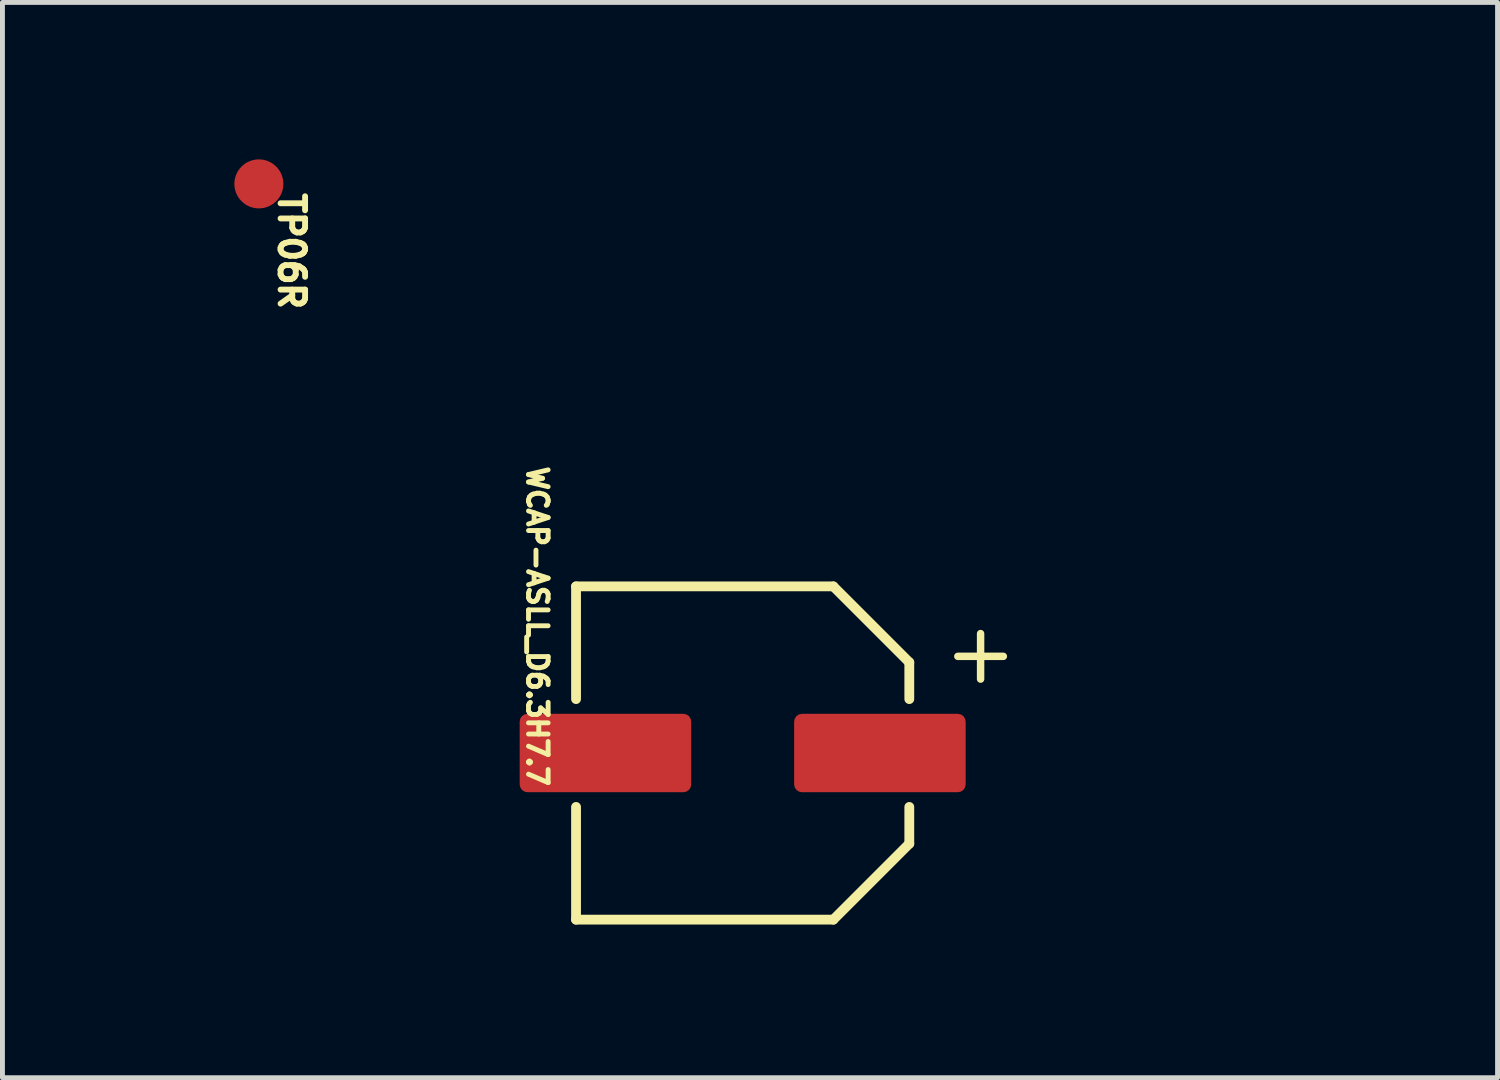
<source format=kicad_pcb>
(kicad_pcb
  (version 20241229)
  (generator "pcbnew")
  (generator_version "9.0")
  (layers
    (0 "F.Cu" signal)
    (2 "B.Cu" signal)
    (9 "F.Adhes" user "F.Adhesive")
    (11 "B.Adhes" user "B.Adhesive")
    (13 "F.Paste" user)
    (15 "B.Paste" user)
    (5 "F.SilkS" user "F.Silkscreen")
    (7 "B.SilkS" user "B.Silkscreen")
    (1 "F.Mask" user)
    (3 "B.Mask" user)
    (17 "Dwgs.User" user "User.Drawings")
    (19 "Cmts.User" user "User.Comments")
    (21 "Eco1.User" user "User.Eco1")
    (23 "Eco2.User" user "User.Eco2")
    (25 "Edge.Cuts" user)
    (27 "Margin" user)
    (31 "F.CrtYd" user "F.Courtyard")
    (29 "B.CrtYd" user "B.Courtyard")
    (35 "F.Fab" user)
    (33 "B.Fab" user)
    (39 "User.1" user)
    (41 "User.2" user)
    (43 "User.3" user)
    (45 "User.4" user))
  (footprint "TP06R"
    (layer "F.Cu")
    (at 2.953 0.702)
    (property "Reference" "TP06R" (at -0.053 1.372 270) (unlocked yes) (layer "F.SilkS") (effects (font (size 0.5 0.5) (thickness 0.12))))
    (fp_line (start -0.5 -0.5) (end 0.5 -0.5) (stroke (width 0.05) (type solid)) (layer "User.14"))
    (fp_line (start -0.5 0.5) (end -0.5 -0.5) (stroke (width 0.05) (type solid)) (layer "User.14"))
    (fp_line (start -0.5 0.5) (end 0.5 0.5) (stroke (width 0.05) (type solid)) (layer "User.14"))
    (fp_line (start 0.5 0.5) (end 0.5 -0.5) (stroke (width 0.05) (type solid)) (layer "User.14"))
    (fp_text user "${REFERENCE}" (at -1.27 -0.19 0) (unlocked yes) (layer "User.7") (effects (font (face "Arial") (size 0.378 0.378) (thickness 0.05)) (justify left bottom mirror)))
    (pad "1" smd circle (at -0.721 0) (size 1 1) (layers "F.Cu" "F.Mask" "F.Paste")))
  (footprint "WCAP-ASLL_D6.3H7.7"
    (layer "F.Cu")
    (at 12.104 12.315)
    (property "Reference" "WCAP-ASLL_D6.3H7.7" (at -4.19 -2.587 270) (unlocked yes) (layer "F.SilkS") (effects (font (size 0.4 0.4) (thickness 0.1))))
    (fp_line (start -3.4 -3.4) (end -3.4 -1.1) (stroke (width 0.2) (type solid)) (layer "F.SilkS"))
    (fp_line (start -3.4 -3.4) (end 1.85 -3.4) (stroke (width 0.2) (type solid)) (layer "F.SilkS"))
    (fp_line (start -3.4 1.1) (end -3.4 3.4) (stroke (width 0.2) (type solid)) (layer "F.SilkS"))
    (fp_line (start -3.4 3.4) (end 1.85 3.4) (stroke (width 0.2) (type solid)) (layer "F.SilkS"))
    (fp_line (start 1.85 -3.4) (end 3.4 -1.85) (stroke (width 0.2) (type solid)) (layer "F.SilkS"))
    (fp_line (start 3.4 -1.85) (end 3.4 -1.1) (stroke (width 0.2) (type solid)) (layer "F.SilkS"))
    (fp_line (start 3.4 1.1) (end 3.4 1.85) (stroke (width 0.2) (type solid)) (layer "F.SilkS"))
    (fp_line (start 3.4 1.85) (end 1.85 3.4) (stroke (width 0.2) (type solid)) (layer "F.SilkS"))
    (fp_line (start -4.75 -3.6) (end -4.75 3.6) (stroke (width 0.05) (type solid)) (layer "User.2"))
    (fp_line (start -4.75 -3.6) (end 4.75 -3.6) (stroke (width 0.05) (type solid)) (layer "User.2"))
    (fp_line (start -4.75 3.6) (end 4.75 3.6) (stroke (width 0.05) (type solid)) (layer "User.2"))
    (fp_line (start 4.75 -3.6) (end 4.75 3.6) (stroke (width 0.05) (type solid)) (layer "User.2"))
    (fp_line (start -0.5 0) (end 0.5 0) (stroke (width 0.05) (type solid)) (layer "User.3"))
    (fp_line (start 0 -0.5) (end 0 0.5) (stroke (width 0.05) (type solid)) (layer "User.3"))
    (fp_rect (start 1.05 0.8) (end 4.55 -0.8) (stroke (width 0.1) (type default)) (fill no) (layer "User.6"))
    (fp_line (start -3.3 -3.3) (end -3.3 3.3) (stroke (width 0.1) (type solid)) (layer "User.11"))
    (fp_line (start -3.3 -3.3) (end 1.75 -3.3) (stroke (width 0.1) (type solid)) (layer "User.11"))
    (fp_line (start -3.3 3.3) (end 1.75 3.3) (stroke (width 0.1) (type solid)) (layer "User.11"))
    (fp_line (start 1.75 -3.3) (end 3.3 -1.75) (stroke (width 0.1) (type solid)) (layer "User.11"))
    (fp_line (start 3.3 -1.75) (end 3.3 1.75) (stroke (width 0.1) (type solid)) (layer "User.11"))
    (fp_line (start 3.3 1.75) (end 1.75 3.3) (stroke (width 0.1) (type solid)) (layer "User.11"))
    (fp_text user "+" (at 4 -1.351 0) (unlocked yes) (layer "F.SilkS") (effects (font (size 1.219 1.219) (thickness 0.152)) (justify left bottom)))
    (fp_text user "${REFERENCE}" (at 0.15 0.053 0) (unlocked yes) (layer "User.6") (effects (font (size 1.5 1.5) (thickness 0.15))))
    (pad "1" smd roundrect (at 2.8 0) (size 3.5 1.6) (layers "F.Cu" "F.Mask" "F.Paste") (roundrect_rratio 0.1))
    (pad "2" smd roundrect (at -2.8 0) (size 3.5 1.6) (layers "F.Cu" "F.Mask" "F.Paste") (roundrect_rratio 0.1)))
  (gr_rect
    (start -3 -3)
    (end 27.507 18.94)
    (stroke (width 0.1) (type default))
    (fill no)
    (layer "Edge.Cuts")))
</source>
